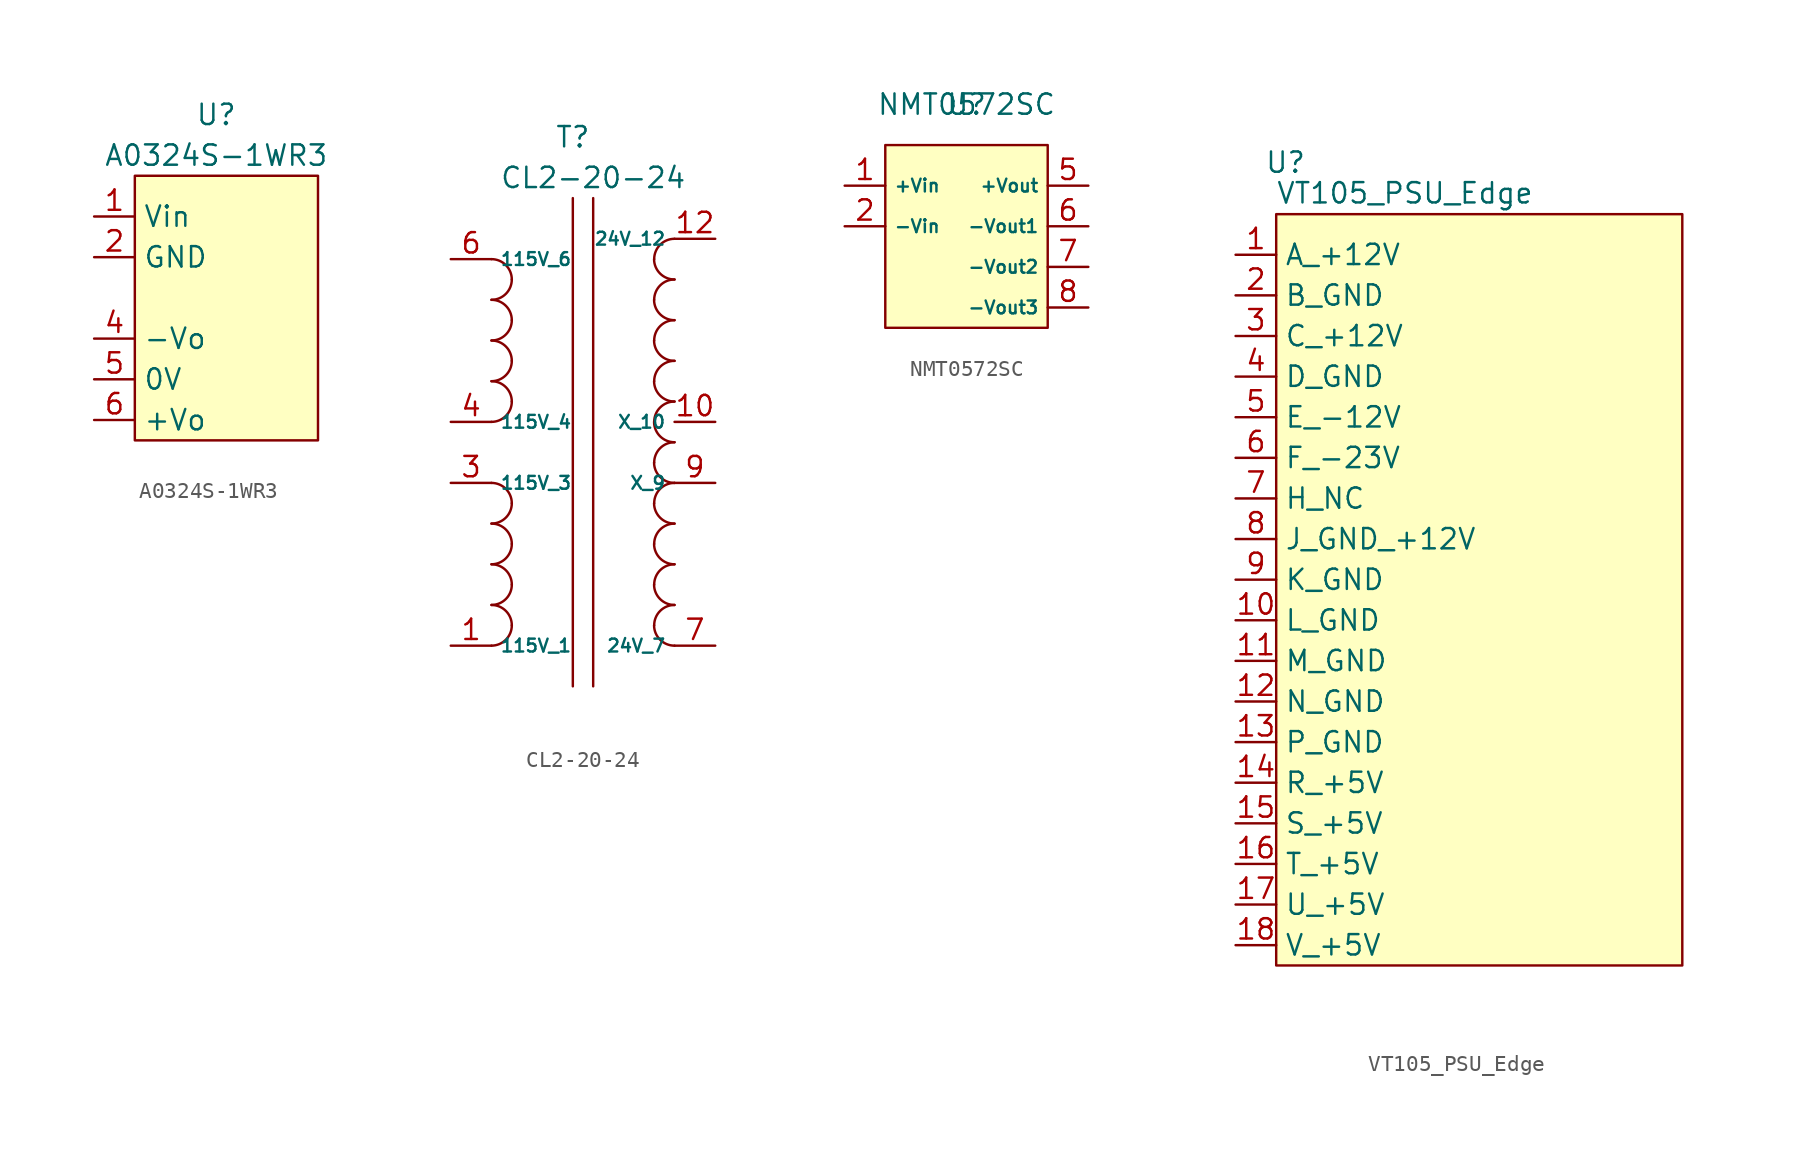
<source format=kicad_sym>
(kicad_symbol_lib
  (version 20211014)
  (generator kicad_symbol_editor)
  (symbol "A0324S-1WR3"
    (property "Reference" "U"
      (at 0 1.27 0)
      (effects (font (size 1.27 1.27))))
    (property "Value" "A0324S-1WR3"
      (at 0 -1.27 0)
      (effects (font (size 1.27 1.27))))
    (symbol "A0324S-1WR3_0_1"
      (rectangle (start -5.08 -2.54) (end 6.35 -19.05) (stroke (width 0.152) (type default) (color 0 0 0 0)) (fill (type background))))
    (symbol "A0324S-1WR3_1_1"
      (pin power_in line (at -7.62 -5.08 0) (length 2.54) (name "Vin" (effects (font (size 1.27 1.27)))) (number "1" (effects (font (size 1.27 1.27)))))
      (pin power_in line (at -7.62 -7.62 0) (length 2.54) (name "GND" (effects (font (size 1.27 1.27)))) (number "2" (effects (font (size 1.27 1.27)))))
      (pin power_out line (at -7.62 -12.7 0) (length 2.54) (name "-Vo" (effects (font (size 1.27 1.27)))) (number "4" (effects (font (size 1.27 1.27)))))
      (pin power_out line (at -7.62 -15.24 0) (length 2.54) (name "0V" (effects (font (size 1.27 1.27)))) (number "5" (effects (font (size 1.27 1.27)))))
      (pin power_out line (at -7.62 -17.78 0) (length 2.54) (name "+Vo" (effects (font (size 1.27 1.27)))) (number "6" (effects (font (size 1.27 1.27)))))))
  (symbol "CL2-20-24"
    (property "Reference" "T"
      (at 1.27 -1.27 0)
      (effects (font (size 1.27 1.27))))
    (property "Value" "CL2-20-24"
      (at 2.54 -3.81 0)
      (effects (font (size 1.27 1.27))))
    (symbol "CL2-20-24_0_1"
      (arc (start -3.8096 -11.4304) (mid -2.9117 -11.0583) (end -2.5396 -10.1604) (stroke (width 0.1524) (type default) (color 0 0 0 0)) (fill (type none)))
      (arc (start -3.8092 -25.4) (mid -2.9113 -25.0279) (end -2.5392 -24.13) (stroke (width 0.1524) (type default) (color 0 0 0 0)) (fill (type none)))
      (arc (start -3.8092 -19.05) (mid -2.9113 -18.6779) (end -2.5392 -17.78) (stroke (width 0.1524) (type default) (color 0 0 0 0)) (fill (type none)))
      (arc (start -3.8092 -16.51) (mid -2.9113 -16.1379) (end -2.5392 -15.24) (stroke (width 0.1524) (type default) (color 0 0 0 0)) (fill (type none)))
      (arc (start -3.8092 -13.97) (mid -2.9113 -13.5979) (end -2.5392 -12.7) (stroke (width 0.1524) (type default) (color 0 0 0 0)) (fill (type none)))
      (arc (start -3.8088 -33.0196) (mid -2.9109 -32.6475) (end -2.5388 -31.7496) (stroke (width 0.1524) (type default) (color 0 0 0 0)) (fill (type none)))
      (arc (start -3.8088 -30.4796) (mid -2.9109 -30.1075) (end -2.5388 -29.2096) (stroke (width 0.1524) (type default) (color 0 0 0 0)) (fill (type none)))
      (arc (start -3.8088 -27.9396) (mid -2.9109 -27.5675) (end -2.5388 -26.6696) (stroke (width 0.1524) (type default) (color 0 0 0 0)) (fill (type none)))
      (arc (start -2.54 -10.16) (mid -2.9121 -9.2621) (end -3.81 -8.89) (stroke (width 0.1524) (type default) (color 0 0 0 0)) (fill (type none)))
      (arc (start -2.5396 -24.1296) (mid -2.9117 -23.2317) (end -3.8096 -22.8596) (stroke (width 0.1524) (type default) (color 0 0 0 0)) (fill (type none)))
      (arc (start -2.5396 -17.7796) (mid -2.9117 -16.8817) (end -3.8096 -16.5096) (stroke (width 0.1524) (type default) (color 0 0 0 0)) (fill (type none)))
      (arc (start -2.5396 -15.2396) (mid -2.9117 -14.3417) (end -3.8096 -13.9696) (stroke (width 0.1524) (type default) (color 0 0 0 0)) (fill (type none)))
      (arc (start -2.5396 -12.6996) (mid -2.9117 -11.8017) (end -3.8096 -11.4296) (stroke (width 0.1524) (type default) (color 0 0 0 0)) (fill (type none)))
      (arc (start -2.5392 -31.7492) (mid -2.9113 -30.8513) (end -3.8092 -30.4792) (stroke (width 0.1524) (type default) (color 0 0 0 0)) (fill (type none)))
      (arc (start -2.5392 -29.2092) (mid -2.9113 -28.3113) (end -3.8092 -27.9392) (stroke (width 0.1524) (type default) (color 0 0 0 0)) (fill (type none)))
      (arc (start -2.5392 -26.6692) (mid -2.9113 -25.7713) (end -3.8092 -25.3992) (stroke (width 0.1524) (type default) (color 0 0 0 0)) (fill (type none)))
      (polyline (pts (xy 1.27 -35.56) (xy 1.27 -5.08)) (stroke (width 0.152) (type default) (color 0 0 0 0)) (fill (type none)))
      (polyline (pts (xy 2.54 -35.56) (xy 2.54 -5.08)) (stroke (width 0.152) (type default) (color 0 0 0 0)) (fill (type none)))
      (arc (start 6.3492 -31.7508) (mid 6.7213 -32.6487) (end 7.6192 -33.0208) (stroke (width 0.1524) (type default) (color 0 0 0 0)) (fill (type none)))
      (arc (start 6.3492 -29.2108) (mid 6.7213 -30.1087) (end 7.6192 -30.4808) (stroke (width 0.1524) (type default) (color 0 0 0 0)) (fill (type none)))
      (arc (start 6.3492 -24.1308) (mid 6.7213 -25.0287) (end 7.6192 -25.4008) (stroke (width 0.1524) (type default) (color 0 0 0 0)) (fill (type none)))
      (arc (start 6.3492 -21.5908) (mid 6.7213 -22.4887) (end 7.6192 -22.8608) (stroke (width 0.1524) (type default) (color 0 0 0 0)) (fill (type none)))
      (arc (start 6.3492 -19.0508) (mid 6.7213 -19.9487) (end 7.6192 -20.3208) (stroke (width 0.1524) (type default) (color 0 0 0 0)) (fill (type none)))
      (arc (start 6.3492 -13.9708) (mid 6.7213 -14.8687) (end 7.6192 -15.2408) (stroke (width 0.1524) (type default) (color 0 0 0 0)) (fill (type none)))
      (arc (start 6.3492 -11.4308) (mid 6.7213 -12.3287) (end 7.6192 -12.7008) (stroke (width 0.1524) (type default) (color 0 0 0 0)) (fill (type none)))
      (arc (start 6.3492 -8.8908) (mid 6.7213 -9.7887) (end 7.6192 -10.1608) (stroke (width 0.1524) (type default) (color 0 0 0 0)) (fill (type none)))
      (arc (start 6.3496 -26.6704) (mid 6.7217 -27.5683) (end 7.6196 -27.9404) (stroke (width 0.1524) (type default) (color 0 0 0 0)) (fill (type none)))
      (arc (start 6.3496 -16.5104) (mid 6.7217 -17.4083) (end 7.6196 -17.7804) (stroke (width 0.1524) (type default) (color 0 0 0 0)) (fill (type none)))
      (arc (start 7.6188 -30.4804) (mid 6.7209 -30.8525) (end 6.3488 -31.7504) (stroke (width 0.1524) (type default) (color 0 0 0 0)) (fill (type none)))
      (arc (start 7.6188 -27.9404) (mid 6.7209 -28.3125) (end 6.3488 -29.2104) (stroke (width 0.1524) (type default) (color 0 0 0 0)) (fill (type none)))
      (arc (start 7.6188 -22.8604) (mid 6.7209 -23.2325) (end 6.3488 -24.1304) (stroke (width 0.1524) (type default) (color 0 0 0 0)) (fill (type none)))
      (arc (start 7.6188 -20.3204) (mid 6.7209 -20.6925) (end 6.3488 -21.5904) (stroke (width 0.1524) (type default) (color 0 0 0 0)) (fill (type none)))
      (arc (start 7.6188 -17.7804) (mid 6.7209 -18.1525) (end 6.3488 -19.0504) (stroke (width 0.1524) (type default) (color 0 0 0 0)) (fill (type none)))
      (arc (start 7.6188 -12.7004) (mid 6.7209 -13.0725) (end 6.3488 -13.9704) (stroke (width 0.1524) (type default) (color 0 0 0 0)) (fill (type none)))
      (arc (start 7.6188 -10.1604) (mid 6.7209 -10.5325) (end 6.3488 -11.4304) (stroke (width 0.1524) (type default) (color 0 0 0 0)) (fill (type none)))
      (arc (start 7.6188 -7.6204) (mid 6.7209 -7.9925) (end 6.3488 -8.8904) (stroke (width 0.1524) (type default) (color 0 0 0 0)) (fill (type none)))
      (arc (start 7.6192 -25.4) (mid 6.7213 -25.7721) (end 6.3492 -26.67) (stroke (width 0.1524) (type default) (color 0 0 0 0)) (fill (type none)))
      (arc (start 7.6192 -15.24) (mid 6.7213 -15.6121) (end 6.3492 -16.51) (stroke (width 0.1524) (type default) (color 0 0 0 0)) (fill (type none))))
    (symbol "CL2-20-24_1_1"
      (pin input line (at -6.35 -33.02 0) (length 2.54) (name "115V_1" (effects (font (size 0.8 0.8)))) (number "1" (effects (font (size 1.27 1.27)))))
      (pin input line (at 10.16 -19.05 180) (length 2.54) (name "X_10" (effects (font (size 0.8 0.8)))) (number "10" (effects (font (size 1.27 1.27)))))
      (pin input line (at 10.16 -7.62 180) (length 2.54) (name "24V_12" (effects (font (size 0.8 0.8)))) (number "12" (effects (font (size 1.27 1.27)))))
      (pin input line (at -6.35 -22.86 0) (length 2.54) (name "115V_3" (effects (font (size 0.8 0.8)))) (number "3" (effects (font (size 1.27 1.27)))))
      (pin input line (at -6.35 -19.05 0) (length 2.54) (name "115V_4" (effects (font (size 0.8 0.8)))) (number "4" (effects (font (size 1.27 1.27)))))
      (pin input line (at -6.35 -8.89 0) (length 2.54) (name "115V_6" (effects (font (size 0.8 0.8)))) (number "6" (effects (font (size 1.27 1.27)))))
      (pin input line (at 10.16 -33.02 180) (length 2.54) (name "24V_7" (effects (font (size 0.8 0.8)))) (number "7" (effects (font (size 1.27 1.27)))))
      (pin input line (at 10.16 -22.86 180) (length 2.54) (name "X_9" (effects (font (size 0.8 0.8)))) (number "9" (effects (font (size 1.27 1.27)))))))
  (symbol "NMT0572SC"
    (property "Reference" "U"
      (at 0 0 0)
      (effects (font (size 1.27 1.27))))
    (property "Value" "NMT0572SC"
      (at 0 0 0)
      (effects (font (size 1.27 1.27))))
    (symbol "NMT0572SC_0_1"
      (rectangle (start -5.08 -2.54) (end 5.08 -13.97) (stroke (width 0.152) (type default) (color 0 0 0 0)) (fill (type background))))
    (symbol "NMT0572SC_1_1"
      (pin power_in line (at -7.62 -5.08 0) (length 2.54) (name "+Vin" (effects (font (size 0.8 0.8)))) (number "1" (effects (font (size 1.27 1.27)))))
      (pin power_in line (at -7.62 -7.62 0) (length 2.54) (name "-Vin" (effects (font (size 0.8 0.8)))) (number "2" (effects (font (size 1.27 1.27)))))
      (pin power_out line (at 7.62 -5.08 180) (length 2.54) (name "+Vout" (effects (font (size 0.8 0.8)))) (number "5" (effects (font (size 1.27 1.27)))))
      (pin power_out line (at 7.62 -7.62 180) (length 2.54) (name "-Vout1" (effects (font (size 0.8 0.8)))) (number "6" (effects (font (size 1.27 1.27)))))
      (pin power_out line (at 7.62 -10.16 180) (length 2.54) (name "-Vout2" (effects (font (size 0.8 0.8)))) (number "7" (effects (font (size 1.27 1.27)))))
      (pin power_out line (at 7.62 -12.7 180) (length 2.54) (name "-Vout3" (effects (font (size 0.8 0.8)))) (number "8" (effects (font (size 1.27 1.27)))))))
  (symbol "VT105_PSU_Edge"
    (property "Reference" "U"
      (at 0.583 3.232 0)
      (effects (font (size 1.27 1.27))))
    (property "Value" "VT105_PSU_Edge"
      (at 8.054 1.314 0)
      (effects (font (size 1.27 1.27))))
    (symbol "VT105_PSU_Edge_0_1"
      (rectangle (start 0 0) (end 25.4 -46.99) (stroke (width 0.152) (type default) (color 0 0 0 0)) (fill (type background))))
    (symbol "VT105_PSU_Edge_1_1"
      (pin input line (at -2.54 -2.54 0) (length 2.54) (name "A_+12V" (effects (font (size 1.27 1.27)))) (number "1" (effects (font (size 1.27 1.27)))))
      (pin input line (at -2.54 -25.4 0) (length 2.54) (name "L_GND" (effects (font (size 1.27 1.27)))) (number "10" (effects (font (size 1.27 1.27)))))
      (pin input line (at -2.54 -27.94 0) (length 2.54) (name "M_GND" (effects (font (size 1.27 1.27)))) (number "11" (effects (font (size 1.27 1.27)))))
      (pin input line (at -2.54 -30.48 0) (length 2.54) (name "N_GND" (effects (font (size 1.27 1.27)))) (number "12" (effects (font (size 1.27 1.27)))))
      (pin input line (at -2.54 -33.02 0) (length 2.54) (name "P_GND" (effects (font (size 1.27 1.27)))) (number "13" (effects (font (size 1.27 1.27)))))
      (pin input line (at -2.54 -35.56 0) (length 2.54) (name "R_+5V" (effects (font (size 1.27 1.27)))) (number "14" (effects (font (size 1.27 1.27)))))
      (pin input line (at -2.54 -38.1 0) (length 2.54) (name "S_+5V" (effects (font (size 1.27 1.27)))) (number "15" (effects (font (size 1.27 1.27)))))
      (pin input line (at -2.54 -40.64 0) (length 2.54) (name "T_+5V" (effects (font (size 1.27 1.27)))) (number "16" (effects (font (size 1.27 1.27)))))
      (pin input line (at -2.54 -43.18 0) (length 2.54) (name "U_+5V" (effects (font (size 1.27 1.27)))) (number "17" (effects (font (size 1.27 1.27)))))
      (pin input line (at -2.54 -45.72 0) (length 2.54) (name "V_+5V" (effects (font (size 1.27 1.27)))) (number "18" (effects (font (size 1.27 1.27)))))
      (pin input line (at -2.54 -5.08 0) (length 2.54) (name "B_GND" (effects (font (size 1.27 1.27)))) (number "2" (effects (font (size 1.27 1.27)))))
      (pin input line (at -2.54 -7.62 0) (length 2.54) (name "C_+12V" (effects (font (size 1.27 1.27)))) (number "3" (effects (font (size 1.27 1.27)))))
      (pin input line (at -2.54 -10.16 0) (length 2.54) (name "D_GND" (effects (font (size 1.27 1.27)))) (number "4" (effects (font (size 1.27 1.27)))))
      (pin input line (at -2.54 -12.7 0) (length 2.54) (name "E_-12V" (effects (font (size 1.27 1.27)))) (number "5" (effects (font (size 1.27 1.27)))))
      (pin input line (at -2.54 -15.24 0) (length 2.54) (name "F_-23V" (effects (font (size 1.27 1.27)))) (number "6" (effects (font (size 1.27 1.27)))))
      (pin input line (at -2.54 -17.78 0) (length 2.54) (name "H_NC" (effects (font (size 1.27 1.27)))) (number "7" (effects (font (size 1.27 1.27)))))
      (pin input line (at -2.54 -20.32 0) (length 2.54) (name "J_GND_+12V" (effects (font (size 1.27 1.27)))) (number "8" (effects (font (size 1.27 1.27)))))
      (pin input line (at -2.54 -22.86 0) (length 2.54) (name "K_GND" (effects (font (size 1.27 1.27)))) (number "9" (effects (font (size 1.27 1.27))))))))
</source>
